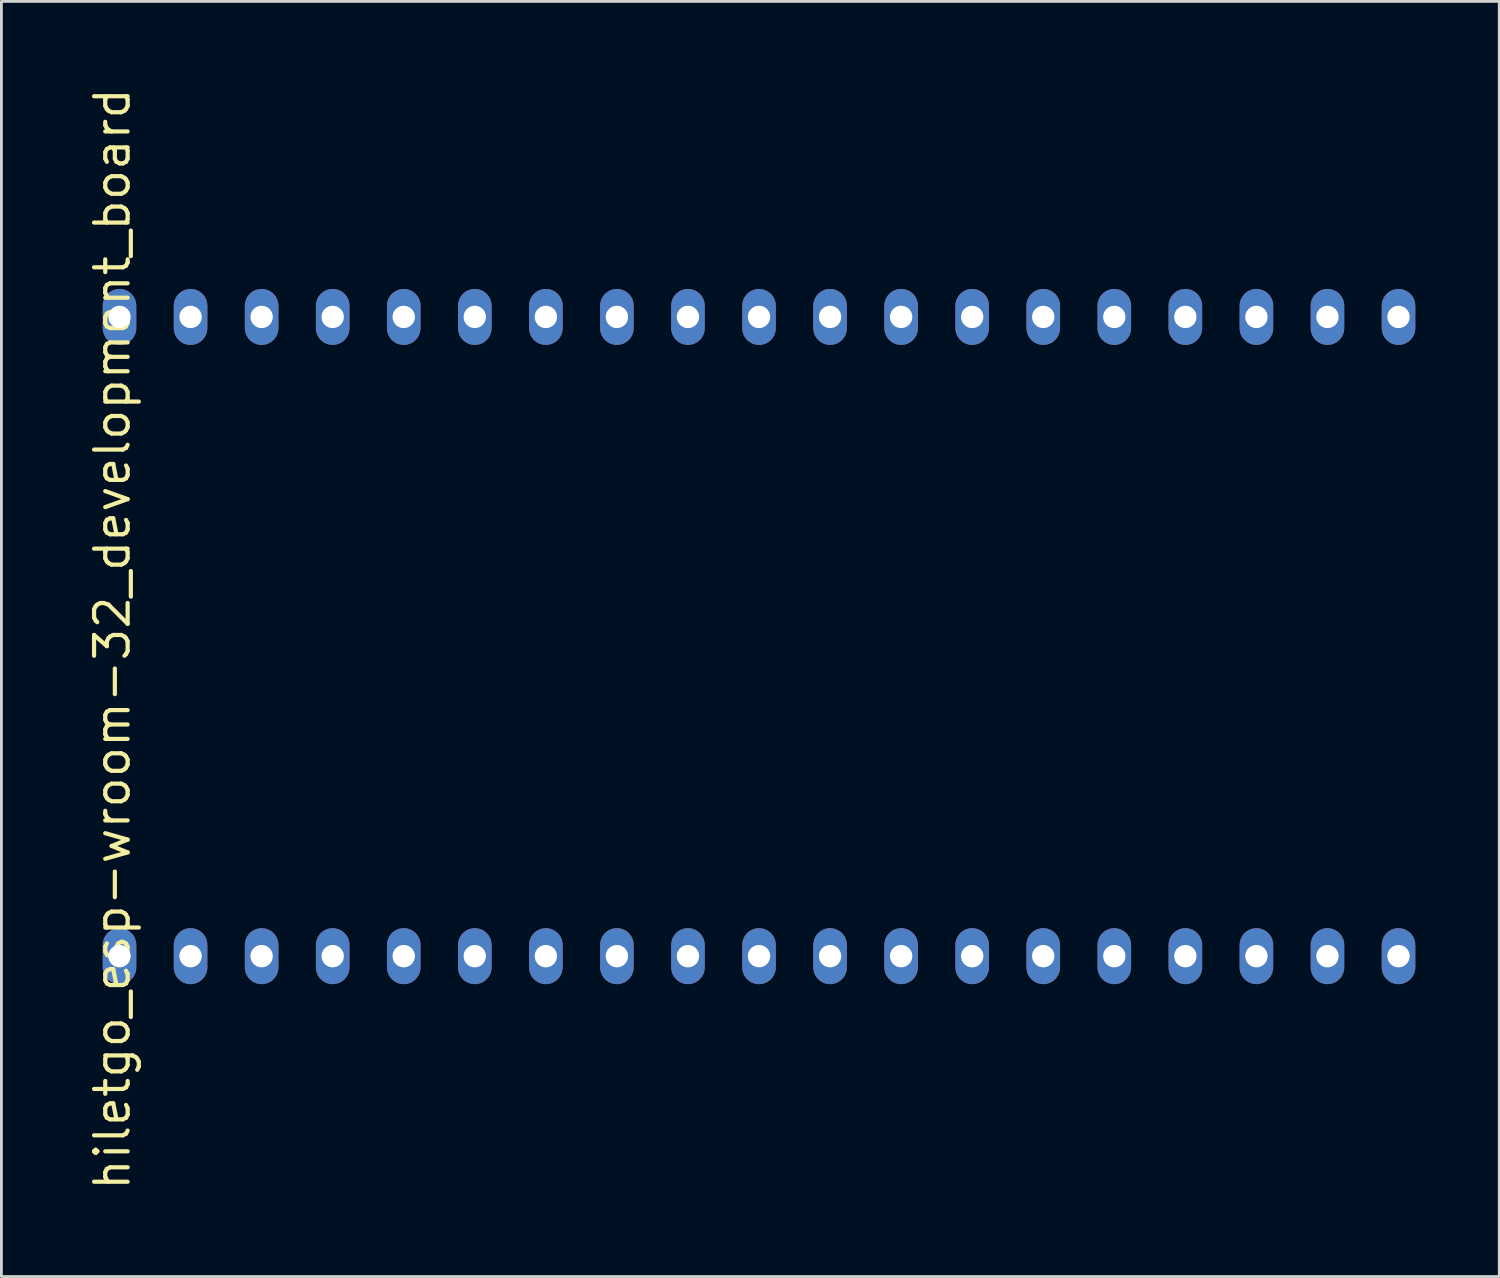
<source format=kicad_pcb>
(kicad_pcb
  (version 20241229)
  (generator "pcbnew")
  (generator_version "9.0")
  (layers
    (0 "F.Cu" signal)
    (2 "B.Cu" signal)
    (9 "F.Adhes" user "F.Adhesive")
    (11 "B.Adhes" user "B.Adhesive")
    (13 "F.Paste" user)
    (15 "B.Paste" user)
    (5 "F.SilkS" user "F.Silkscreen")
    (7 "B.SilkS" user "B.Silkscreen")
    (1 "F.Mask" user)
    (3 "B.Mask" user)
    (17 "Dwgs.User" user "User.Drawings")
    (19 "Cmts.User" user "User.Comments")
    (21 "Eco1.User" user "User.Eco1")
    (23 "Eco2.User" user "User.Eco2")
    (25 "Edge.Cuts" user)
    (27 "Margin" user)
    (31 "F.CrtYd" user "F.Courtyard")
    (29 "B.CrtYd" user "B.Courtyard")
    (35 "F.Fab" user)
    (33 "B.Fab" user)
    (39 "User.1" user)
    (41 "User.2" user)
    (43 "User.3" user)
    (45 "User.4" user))
  (footprint "hiletgo_esp-wroom-32_development_board"
    (layer "F.Cu")
    (at 24.082 19.704)
    (property "Reference" "hiletgo_esp-wroom-32_development_board" (at -23.117 0.087 90) (layer "F.SilkS") (effects (font (size 1.2 1.2) (thickness 0.15))))
    (attr through_hole)
    (pad "1" thru_hole oval (at -22.86 11.425) (size 1.2 2) (drill 0.8) (layers "*.Cu" "*.Mask"))
    (pad "2" thru_hole oval (at -20.32 11.425) (size 1.2 2) (drill 0.8) (layers "*.Cu" "*.Mask"))
    (pad "3" thru_hole oval (at -17.78 11.425) (size 1.2 2) (drill 0.8) (layers "*.Cu" "*.Mask"))
    (pad "4" thru_hole oval (at -15.24 11.425) (size 1.2 2) (drill 0.8) (layers "*.Cu" "*.Mask"))
    (pad "5" thru_hole oval (at -12.7 11.425) (size 1.2 2) (drill 0.8) (layers "*.Cu" "*.Mask"))
    (pad "6" thru_hole oval (at -10.16 11.425) (size 1.2 2) (drill 0.8) (layers "*.Cu" "*.Mask"))
    (pad "7" thru_hole oval (at -7.62 11.425) (size 1.2 2) (drill 0.8) (layers "*.Cu" "*.Mask"))
    (pad "8" thru_hole oval (at -5.08 11.425) (size 1.2 2) (drill 0.8) (layers "*.Cu" "*.Mask"))
    (pad "9" thru_hole oval (at -2.54 11.425) (size 1.2 2) (drill 0.8) (layers "*.Cu" "*.Mask"))
    (pad "10" thru_hole oval (at 0 11.425) (size 1.2 2) (drill 0.8) (layers "*.Cu" "*.Mask"))
    (pad "11" thru_hole oval (at 2.54 11.425) (size 1.2 2) (drill 0.8) (layers "*.Cu" "*.Mask"))
    (pad "12" thru_hole oval (at 5.08 11.425) (size 1.2 2) (drill 0.8) (layers "*.Cu" "*.Mask"))
    (pad "13" thru_hole oval (at 7.62 11.425) (size 1.2 2) (drill 0.8) (layers "*.Cu" "*.Mask"))
    (pad "14" thru_hole oval (at 10.16 11.425) (size 1.2 2) (drill 0.8) (layers "*.Cu" "*.Mask"))
    (pad "15" thru_hole oval (at 12.7 11.425) (size 1.2 2) (drill 0.8) (layers "*.Cu" "*.Mask"))
    (pad "16" thru_hole oval (at 15.24 11.425) (size 1.2 2) (drill 0.8) (layers "*.Cu" "*.Mask"))
    (pad "17" thru_hole oval (at 17.78 11.425) (size 1.2 2) (drill 0.8) (layers "*.Cu" "*.Mask"))
    (pad "18" thru_hole oval (at 20.32 11.425) (size 1.2 2) (drill 0.8) (layers "*.Cu" "*.Mask"))
    (pad "19" thru_hole oval (at 22.86 11.425) (size 1.2 2) (drill 0.8) (layers "*.Cu" "*.Mask"))
    (pad "20" thru_hole oval (at 22.86 -11.425) (size 1.2 2) (drill 0.8) (layers "*.Cu" "*.Mask"))
    (pad "21" thru_hole oval (at 20.32 -11.425) (size 1.2 2) (drill 0.8) (layers "*.Cu" "*.Mask"))
    (pad "22" thru_hole oval (at 17.78 -11.425) (size 1.2 2) (drill 0.8) (layers "*.Cu" "*.Mask"))
    (pad "23" thru_hole oval (at 15.24 -11.425) (size 1.2 2) (drill 0.8) (layers "*.Cu" "*.Mask"))
    (pad "24" thru_hole oval (at 12.7 -11.425) (size 1.2 2) (drill 0.8) (layers "*.Cu" "*.Mask"))
    (pad "25" thru_hole oval (at 10.16 -11.425) (size 1.2 2) (drill 0.8) (layers "*.Cu" "*.Mask"))
    (pad "26" thru_hole oval (at 7.62 -11.425) (size 1.2 2) (drill 0.8) (layers "*.Cu" "*.Mask"))
    (pad "27" thru_hole oval (at 5.08 -11.425) (size 1.2 2) (drill 0.8) (layers "*.Cu" "*.Mask"))
    (pad "28" thru_hole oval (at 2.54 -11.425) (size 1.2 2) (drill 0.8) (layers "*.Cu" "*.Mask"))
    (pad "29" thru_hole oval (at 0 -11.425) (size 1.2 2) (drill 0.8) (layers "*.Cu" "*.Mask"))
    (pad "30" thru_hole oval (at -2.54 -11.425) (size 1.2 2) (drill 0.8) (layers "*.Cu" "*.Mask"))
    (pad "31" thru_hole oval (at -5.08 -11.425) (size 1.2 2) (drill 0.8) (layers "*.Cu" "*.Mask"))
    (pad "32" thru_hole oval (at -7.62 -11.425) (size 1.2 2) (drill 0.8) (layers "*.Cu" "*.Mask"))
    (pad "33" thru_hole oval (at -10.16 -11.425) (size 1.2 2) (drill 0.8) (layers "*.Cu" "*.Mask"))
    (pad "34" thru_hole oval (at -12.7 -11.425) (size 1.2 2) (drill 0.8) (layers "*.Cu" "*.Mask"))
    (pad "35" thru_hole oval (at -15.24 -11.425) (size 1.2 2) (drill 0.8) (layers "*.Cu" "*.Mask"))
    (pad "36" thru_hole oval (at -17.78 -11.425) (size 1.2 2) (drill 0.8) (layers "*.Cu" "*.Mask"))
    (pad "37" thru_hole oval (at -20.32 -11.425) (size 1.2 2) (drill 0.8) (layers "*.Cu" "*.Mask"))
    (pad "38" thru_hole oval (at -22.86 -11.425) (size 1.2 2) (drill 0.8) (layers "*.Cu" "*.Mask")))
  (gr_rect
    (start -3 -3)
    (end 50.542 42.581)
    (stroke (width 0.1) (type default))
    (fill no)
    (layer "Edge.Cuts")))
</source>
